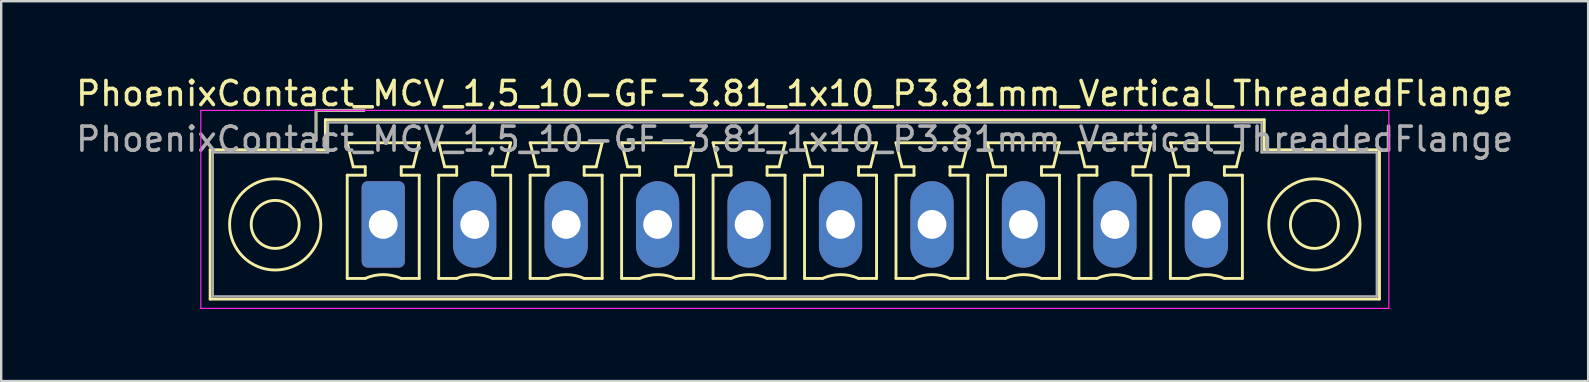
<source format=kicad_pcb>
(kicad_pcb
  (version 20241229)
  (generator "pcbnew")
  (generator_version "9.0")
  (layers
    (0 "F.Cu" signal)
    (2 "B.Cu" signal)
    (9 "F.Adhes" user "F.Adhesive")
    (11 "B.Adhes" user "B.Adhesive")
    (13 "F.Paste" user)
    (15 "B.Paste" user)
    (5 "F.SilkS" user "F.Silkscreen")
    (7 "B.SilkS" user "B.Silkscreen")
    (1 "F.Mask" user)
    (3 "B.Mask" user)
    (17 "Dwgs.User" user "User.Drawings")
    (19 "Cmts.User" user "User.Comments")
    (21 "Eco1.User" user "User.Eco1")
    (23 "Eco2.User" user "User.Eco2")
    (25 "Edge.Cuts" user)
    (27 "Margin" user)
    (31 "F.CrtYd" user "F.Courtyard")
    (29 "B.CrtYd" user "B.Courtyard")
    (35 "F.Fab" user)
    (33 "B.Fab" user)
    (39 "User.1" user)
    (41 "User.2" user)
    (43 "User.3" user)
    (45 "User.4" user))
  (footprint "PhoenixContact_MCV_1,5_10-GF-3.81_1x10_P3.81mm_Vertical_ThreadedFlange"
    (layer "F.Cu")
    (at 12.914 6.298)
    (property "Reference" "PhoenixContact_MCV_1,5_10-GF-3.81_1x10_P3.81mm_Vertical_ThreadedFlange" (at 17.14 -5.45 0) (layer "F.SilkS") (effects (font (size 1 1) (thickness 0.15))))
    (attr through_hole)
    (fp_line (start -7.21 -3.11) (end -7.21 3.11) (stroke (width 0.12) (type solid)) (layer "F.SilkS"))
    (fp_line (start -7.21 3.11) (end 41.5 3.11) (stroke (width 0.12) (type solid)) (layer "F.SilkS"))
    (fp_line (start -2.8 -4.75) (end -0.8 -4.75) (stroke (width 0.12) (type solid)) (layer "F.SilkS"))
    (fp_line (start -2.8 -3.5) (end -2.8 -4.75) (stroke (width 0.12) (type solid)) (layer "F.SilkS"))
    (fp_line (start -2.41 -4.36) (end -2.41 -3.11) (stroke (width 0.12) (type solid)) (layer "F.SilkS"))
    (fp_line (start -2.41 -3.11) (end -7.21 -3.11) (stroke (width 0.12) (type solid)) (layer "F.SilkS"))
    (fp_line (start -1.5 -3.4) (end 1.5 -3.4) (stroke (width 0.12) (type solid)) (layer "F.SilkS"))
    (fp_line (start -1.5 -2.05) (end -0.75 -2.05) (stroke (width 0.12) (type solid)) (layer "F.SilkS"))
    (fp_line (start -1.5 2.25) (end -1.5 -2.05) (stroke (width 0.12) (type solid)) (layer "F.SilkS"))
    (fp_line (start -1.25 -2.4) (end -1.5 -3.4) (stroke (width 0.12) (type solid)) (layer "F.SilkS"))
    (fp_line (start -0.75 -2.4) (end -1.25 -2.4) (stroke (width 0.12) (type solid)) (layer "F.SilkS"))
    (fp_line (start -0.75 -2.05) (end -0.75 -2.4) (stroke (width 0.12) (type solid)) (layer "F.SilkS"))
    (fp_line (start -0.75 2.25) (end -1.5 2.25) (stroke (width 0.12) (type solid)) (layer "F.SilkS"))
    (fp_line (start 0.75 -2.4) (end 0.75 -2.05) (stroke (width 0.12) (type solid)) (layer "F.SilkS"))
    (fp_line (start 0.75 -2.05) (end 1.5 -2.05) (stroke (width 0.12) (type solid)) (layer "F.SilkS"))
    (fp_line (start 1.25 -2.4) (end 0.75 -2.4) (stroke (width 0.12) (type solid)) (layer "F.SilkS"))
    (fp_line (start 1.5 -3.4) (end 1.25 -2.4) (stroke (width 0.12) (type solid)) (layer "F.SilkS"))
    (fp_line (start 1.5 -2.05) (end 1.5 2.25) (stroke (width 0.12) (type solid)) (layer "F.SilkS"))
    (fp_line (start 1.5 2.25) (end 0.75 2.25) (stroke (width 0.12) (type solid)) (layer "F.SilkS"))
    (fp_line (start 2.31 -3.4) (end 5.31 -3.4) (stroke (width 0.12) (type solid)) (layer "F.SilkS"))
    (fp_line (start 2.31 -2.05) (end 3.06 -2.05) (stroke (width 0.12) (type solid)) (layer "F.SilkS"))
    (fp_line (start 2.31 2.25) (end 2.31 -2.05) (stroke (width 0.12) (type solid)) (layer "F.SilkS"))
    (fp_line (start 2.56 -2.4) (end 2.31 -3.4) (stroke (width 0.12) (type solid)) (layer "F.SilkS"))
    (fp_line (start 3.06 -2.4) (end 2.56 -2.4) (stroke (width 0.12) (type solid)) (layer "F.SilkS"))
    (fp_line (start 3.06 -2.05) (end 3.06 -2.4) (stroke (width 0.12) (type solid)) (layer "F.SilkS"))
    (fp_line (start 3.06 2.25) (end 2.31 2.25) (stroke (width 0.12) (type solid)) (layer "F.SilkS"))
    (fp_line (start 4.56 -2.4) (end 4.56 -2.05) (stroke (width 0.12) (type solid)) (layer "F.SilkS"))
    (fp_line (start 4.56 -2.05) (end 5.31 -2.05) (stroke (width 0.12) (type solid)) (layer "F.SilkS"))
    (fp_line (start 5.06 -2.4) (end 4.56 -2.4) (stroke (width 0.12) (type solid)) (layer "F.SilkS"))
    (fp_line (start 5.31 -3.4) (end 5.06 -2.4) (stroke (width 0.12) (type solid)) (layer "F.SilkS"))
    (fp_line (start 5.31 -2.05) (end 5.31 2.25) (stroke (width 0.12) (type solid)) (layer "F.SilkS"))
    (fp_line (start 5.31 2.25) (end 4.56 2.25) (stroke (width 0.12) (type solid)) (layer "F.SilkS"))
    (fp_line (start 6.12 -3.4) (end 9.12 -3.4) (stroke (width 0.12) (type solid)) (layer "F.SilkS"))
    (fp_line (start 6.12 -2.05) (end 6.87 -2.05) (stroke (width 0.12) (type solid)) (layer "F.SilkS"))
    (fp_line (start 6.12 2.25) (end 6.12 -2.05) (stroke (width 0.12) (type solid)) (layer "F.SilkS"))
    (fp_line (start 6.37 -2.4) (end 6.12 -3.4) (stroke (width 0.12) (type solid)) (layer "F.SilkS"))
    (fp_line (start 6.87 -2.4) (end 6.37 -2.4) (stroke (width 0.12) (type solid)) (layer "F.SilkS"))
    (fp_line (start 6.87 -2.05) (end 6.87 -2.4) (stroke (width 0.12) (type solid)) (layer "F.SilkS"))
    (fp_line (start 6.87 2.25) (end 6.12 2.25) (stroke (width 0.12) (type solid)) (layer "F.SilkS"))
    (fp_line (start 8.37 -2.4) (end 8.37 -2.05) (stroke (width 0.12) (type solid)) (layer "F.SilkS"))
    (fp_line (start 8.37 -2.05) (end 9.12 -2.05) (stroke (width 0.12) (type solid)) (layer "F.SilkS"))
    (fp_line (start 8.87 -2.4) (end 8.37 -2.4) (stroke (width 0.12) (type solid)) (layer "F.SilkS"))
    (fp_line (start 9.12 -3.4) (end 8.87 -2.4) (stroke (width 0.12) (type solid)) (layer "F.SilkS"))
    (fp_line (start 9.12 -2.05) (end 9.12 2.25) (stroke (width 0.12) (type solid)) (layer "F.SilkS"))
    (fp_line (start 9.12 2.25) (end 8.37 2.25) (stroke (width 0.12) (type solid)) (layer "F.SilkS"))
    (fp_line (start 9.93 -3.4) (end 12.93 -3.4) (stroke (width 0.12) (type solid)) (layer "F.SilkS"))
    (fp_line (start 9.93 -2.05) (end 10.68 -2.05) (stroke (width 0.12) (type solid)) (layer "F.SilkS"))
    (fp_line (start 9.93 2.25) (end 9.93 -2.05) (stroke (width 0.12) (type solid)) (layer "F.SilkS"))
    (fp_line (start 10.18 -2.4) (end 9.93 -3.4) (stroke (width 0.12) (type solid)) (layer "F.SilkS"))
    (fp_line (start 10.68 -2.4) (end 10.18 -2.4) (stroke (width 0.12) (type solid)) (layer "F.SilkS"))
    (fp_line (start 10.68 -2.05) (end 10.68 -2.4) (stroke (width 0.12) (type solid)) (layer "F.SilkS"))
    (fp_line (start 10.68 2.25) (end 9.93 2.25) (stroke (width 0.12) (type solid)) (layer "F.SilkS"))
    (fp_line (start 12.18 -2.4) (end 12.18 -2.05) (stroke (width 0.12) (type solid)) (layer "F.SilkS"))
    (fp_line (start 12.18 -2.05) (end 12.93 -2.05) (stroke (width 0.12) (type solid)) (layer "F.SilkS"))
    (fp_line (start 12.68 -2.4) (end 12.18 -2.4) (stroke (width 0.12) (type solid)) (layer "F.SilkS"))
    (fp_line (start 12.93 -3.4) (end 12.68 -2.4) (stroke (width 0.12) (type solid)) (layer "F.SilkS"))
    (fp_line (start 12.93 -2.05) (end 12.93 2.25) (stroke (width 0.12) (type solid)) (layer "F.SilkS"))
    (fp_line (start 12.93 2.25) (end 12.18 2.25) (stroke (width 0.12) (type solid)) (layer "F.SilkS"))
    (fp_line (start 13.74 -3.4) (end 16.74 -3.4) (stroke (width 0.12) (type solid)) (layer "F.SilkS"))
    (fp_line (start 13.74 -2.05) (end 14.49 -2.05) (stroke (width 0.12) (type solid)) (layer "F.SilkS"))
    (fp_line (start 13.74 2.25) (end 13.74 -2.05) (stroke (width 0.12) (type solid)) (layer "F.SilkS"))
    (fp_line (start 13.99 -2.4) (end 13.74 -3.4) (stroke (width 0.12) (type solid)) (layer "F.SilkS"))
    (fp_line (start 14.49 -2.4) (end 13.99 -2.4) (stroke (width 0.12) (type solid)) (layer "F.SilkS"))
    (fp_line (start 14.49 -2.05) (end 14.49 -2.4) (stroke (width 0.12) (type solid)) (layer "F.SilkS"))
    (fp_line (start 14.49 2.25) (end 13.74 2.25) (stroke (width 0.12) (type solid)) (layer "F.SilkS"))
    (fp_line (start 15.99 -2.4) (end 15.99 -2.05) (stroke (width 0.12) (type solid)) (layer "F.SilkS"))
    (fp_line (start 15.99 -2.05) (end 16.74 -2.05) (stroke (width 0.12) (type solid)) (layer "F.SilkS"))
    (fp_line (start 16.49 -2.4) (end 15.99 -2.4) (stroke (width 0.12) (type solid)) (layer "F.SilkS"))
    (fp_line (start 16.74 -3.4) (end 16.49 -2.4) (stroke (width 0.12) (type solid)) (layer "F.SilkS"))
    (fp_line (start 16.74 -2.05) (end 16.74 2.25) (stroke (width 0.12) (type solid)) (layer "F.SilkS"))
    (fp_line (start 16.74 2.25) (end 15.99 2.25) (stroke (width 0.12) (type solid)) (layer "F.SilkS"))
    (fp_line (start 17.55 -3.4) (end 20.55 -3.4) (stroke (width 0.12) (type solid)) (layer "F.SilkS"))
    (fp_line (start 17.55 -2.05) (end 18.3 -2.05) (stroke (width 0.12) (type solid)) (layer "F.SilkS"))
    (fp_line (start 17.55 2.25) (end 17.55 -2.05) (stroke (width 0.12) (type solid)) (layer "F.SilkS"))
    (fp_line (start 17.8 -2.4) (end 17.55 -3.4) (stroke (width 0.12) (type solid)) (layer "F.SilkS"))
    (fp_line (start 18.3 -2.4) (end 17.8 -2.4) (stroke (width 0.12) (type solid)) (layer "F.SilkS"))
    (fp_line (start 18.3 -2.05) (end 18.3 -2.4) (stroke (width 0.12) (type solid)) (layer "F.SilkS"))
    (fp_line (start 18.3 2.25) (end 17.55 2.25) (stroke (width 0.12) (type solid)) (layer "F.SilkS"))
    (fp_line (start 19.8 -2.4) (end 19.8 -2.05) (stroke (width 0.12) (type solid)) (layer "F.SilkS"))
    (fp_line (start 19.8 -2.05) (end 20.55 -2.05) (stroke (width 0.12) (type solid)) (layer "F.SilkS"))
    (fp_line (start 20.3 -2.4) (end 19.8 -2.4) (stroke (width 0.12) (type solid)) (layer "F.SilkS"))
    (fp_line (start 20.55 -3.4) (end 20.3 -2.4) (stroke (width 0.12) (type solid)) (layer "F.SilkS"))
    (fp_line (start 20.55 -2.05) (end 20.55 2.25) (stroke (width 0.12) (type solid)) (layer "F.SilkS"))
    (fp_line (start 20.55 2.25) (end 19.8 2.25) (stroke (width 0.12) (type solid)) (layer "F.SilkS"))
    (fp_line (start 21.36 -3.4) (end 24.36 -3.4) (stroke (width 0.12) (type solid)) (layer "F.SilkS"))
    (fp_line (start 21.36 -2.05) (end 22.11 -2.05) (stroke (width 0.12) (type solid)) (layer "F.SilkS"))
    (fp_line (start 21.36 2.25) (end 21.36 -2.05) (stroke (width 0.12) (type solid)) (layer "F.SilkS"))
    (fp_line (start 21.61 -2.4) (end 21.36 -3.4) (stroke (width 0.12) (type solid)) (layer "F.SilkS"))
    (fp_line (start 22.11 -2.4) (end 21.61 -2.4) (stroke (width 0.12) (type solid)) (layer "F.SilkS"))
    (fp_line (start 22.11 -2.05) (end 22.11 -2.4) (stroke (width 0.12) (type solid)) (layer "F.SilkS"))
    (fp_line (start 22.11 2.25) (end 21.36 2.25) (stroke (width 0.12) (type solid)) (layer "F.SilkS"))
    (fp_line (start 23.61 -2.4) (end 23.61 -2.05) (stroke (width 0.12) (type solid)) (layer "F.SilkS"))
    (fp_line (start 23.61 -2.05) (end 24.36 -2.05) (stroke (width 0.12) (type solid)) (layer "F.SilkS"))
    (fp_line (start 24.11 -2.4) (end 23.61 -2.4) (stroke (width 0.12) (type solid)) (layer "F.SilkS"))
    (fp_line (start 24.36 -3.4) (end 24.11 -2.4) (stroke (width 0.12) (type solid)) (layer "F.SilkS"))
    (fp_line (start 24.36 -2.05) (end 24.36 2.25) (stroke (width 0.12) (type solid)) (layer "F.SilkS"))
    (fp_line (start 24.36 2.25) (end 23.61 2.25) (stroke (width 0.12) (type solid)) (layer "F.SilkS"))
    (fp_line (start 25.17 -3.4) (end 28.17 -3.4) (stroke (width 0.12) (type solid)) (layer "F.SilkS"))
    (fp_line (start 25.17 -2.05) (end 25.92 -2.05) (stroke (width 0.12) (type solid)) (layer "F.SilkS"))
    (fp_line (start 25.17 2.25) (end 25.17 -2.05) (stroke (width 0.12) (type solid)) (layer "F.SilkS"))
    (fp_line (start 25.42 -2.4) (end 25.17 -3.4) (stroke (width 0.12) (type solid)) (layer "F.SilkS"))
    (fp_line (start 25.92 -2.4) (end 25.42 -2.4) (stroke (width 0.12) (type solid)) (layer "F.SilkS"))
    (fp_line (start 25.92 -2.05) (end 25.92 -2.4) (stroke (width 0.12) (type solid)) (layer "F.SilkS"))
    (fp_line (start 25.92 2.25) (end 25.17 2.25) (stroke (width 0.12) (type solid)) (layer "F.SilkS"))
    (fp_line (start 27.42 -2.4) (end 27.42 -2.05) (stroke (width 0.12) (type solid)) (layer "F.SilkS"))
    (fp_line (start 27.42 -2.05) (end 28.17 -2.05) (stroke (width 0.12) (type solid)) (layer "F.SilkS"))
    (fp_line (start 27.92 -2.4) (end 27.42 -2.4) (stroke (width 0.12) (type solid)) (layer "F.SilkS"))
    (fp_line (start 28.17 -3.4) (end 27.92 -2.4) (stroke (width 0.12) (type solid)) (layer "F.SilkS"))
    (fp_line (start 28.17 -2.05) (end 28.17 2.25) (stroke (width 0.12) (type solid)) (layer "F.SilkS"))
    (fp_line (start 28.17 2.25) (end 27.42 2.25) (stroke (width 0.12) (type solid)) (layer "F.SilkS"))
    (fp_line (start 28.98 -3.4) (end 31.98 -3.4) (stroke (width 0.12) (type solid)) (layer "F.SilkS"))
    (fp_line (start 28.98 -2.05) (end 29.73 -2.05) (stroke (width 0.12) (type solid)) (layer "F.SilkS"))
    (fp_line (start 28.98 2.25) (end 28.98 -2.05) (stroke (width 0.12) (type solid)) (layer "F.SilkS"))
    (fp_line (start 29.23 -2.4) (end 28.98 -3.4) (stroke (width 0.12) (type solid)) (layer "F.SilkS"))
    (fp_line (start 29.73 -2.4) (end 29.23 -2.4) (stroke (width 0.12) (type solid)) (layer "F.SilkS"))
    (fp_line (start 29.73 -2.05) (end 29.73 -2.4) (stroke (width 0.12) (type solid)) (layer "F.SilkS"))
    (fp_line (start 29.73 2.25) (end 28.98 2.25) (stroke (width 0.12) (type solid)) (layer "F.SilkS"))
    (fp_line (start 31.23 -2.4) (end 31.23 -2.05) (stroke (width 0.12) (type solid)) (layer "F.SilkS"))
    (fp_line (start 31.23 -2.05) (end 31.98 -2.05) (stroke (width 0.12) (type solid)) (layer "F.SilkS"))
    (fp_line (start 31.73 -2.4) (end 31.23 -2.4) (stroke (width 0.12) (type solid)) (layer "F.SilkS"))
    (fp_line (start 31.98 -3.4) (end 31.73 -2.4) (stroke (width 0.12) (type solid)) (layer "F.SilkS"))
    (fp_line (start 31.98 -2.05) (end 31.98 2.25) (stroke (width 0.12) (type solid)) (layer "F.SilkS"))
    (fp_line (start 31.98 2.25) (end 31.23 2.25) (stroke (width 0.12) (type solid)) (layer "F.SilkS"))
    (fp_line (start 32.79 -3.4) (end 35.79 -3.4) (stroke (width 0.12) (type solid)) (layer "F.SilkS"))
    (fp_line (start 32.79 -2.05) (end 33.54 -2.05) (stroke (width 0.12) (type solid)) (layer "F.SilkS"))
    (fp_line (start 32.79 2.25) (end 32.79 -2.05) (stroke (width 0.12) (type solid)) (layer "F.SilkS"))
    (fp_line (start 33.04 -2.4) (end 32.79 -3.4) (stroke (width 0.12) (type solid)) (layer "F.SilkS"))
    (fp_line (start 33.54 -2.4) (end 33.04 -2.4) (stroke (width 0.12) (type solid)) (layer "F.SilkS"))
    (fp_line (start 33.54 -2.05) (end 33.54 -2.4) (stroke (width 0.12) (type solid)) (layer "F.SilkS"))
    (fp_line (start 33.54 2.25) (end 32.79 2.25) (stroke (width 0.12) (type solid)) (layer "F.SilkS"))
    (fp_line (start 35.04 -2.4) (end 35.04 -2.05) (stroke (width 0.12) (type solid)) (layer "F.SilkS"))
    (fp_line (start 35.04 -2.05) (end 35.79 -2.05) (stroke (width 0.12) (type solid)) (layer "F.SilkS"))
    (fp_line (start 35.54 -2.4) (end 35.04 -2.4) (stroke (width 0.12) (type solid)) (layer "F.SilkS"))
    (fp_line (start 35.79 -3.4) (end 35.54 -2.4) (stroke (width 0.12) (type solid)) (layer "F.SilkS"))
    (fp_line (start 35.79 -2.05) (end 35.79 2.25) (stroke (width 0.12) (type solid)) (layer "F.SilkS"))
    (fp_line (start 35.79 2.25) (end 35.04 2.25) (stroke (width 0.12) (type solid)) (layer "F.SilkS"))
    (fp_line (start 36.7 -4.36) (end -2.41 -4.36) (stroke (width 0.12) (type solid)) (layer "F.SilkS"))
    (fp_line (start 36.7 -3.11) (end 36.7 -4.36) (stroke (width 0.12) (type solid)) (layer "F.SilkS"))
    (fp_line (start 41.5 -3.11) (end 36.7 -3.11) (stroke (width 0.12) (type solid)) (layer "F.SilkS"))
    (fp_line (start 41.5 3.11) (end 41.5 -3.11) (stroke (width 0.12) (type solid)) (layer "F.SilkS"))
    (fp_arc (start -0.75 2.25) (mid -0.000193 2.09191) (end 0.749647 2.249844) (stroke (width 0.12) (type solid)) (layer "F.SilkS"))
    (fp_arc (start 3.06 2.25) (mid 3.809807 2.09191) (end 4.559647 2.249844) (stroke (width 0.12) (type solid)) (layer "F.SilkS"))
    (fp_arc (start 6.87 2.25) (mid 7.619807 2.09191) (end 8.369647 2.249844) (stroke (width 0.12) (type solid)) (layer "F.SilkS"))
    (fp_arc (start 10.68 2.25) (mid 11.429807 2.09191) (end 12.179647 2.249844) (stroke (width 0.12) (type solid)) (layer "F.SilkS"))
    (fp_arc (start 14.49 2.25) (mid 15.239807 2.09191) (end 15.989647 2.249844) (stroke (width 0.12) (type solid)) (layer "F.SilkS"))
    (fp_arc (start 18.3 2.25) (mid 19.049807 2.09191) (end 19.799647 2.249844) (stroke (width 0.12) (type solid)) (layer "F.SilkS"))
    (fp_arc (start 22.11 2.25) (mid 22.859807 2.09191) (end 23.609647 2.249844) (stroke (width 0.12) (type solid)) (layer "F.SilkS"))
    (fp_arc (start 25.92 2.25) (mid 26.669807 2.09191) (end 27.419647 2.249844) (stroke (width 0.12) (type solid)) (layer "F.SilkS"))
    (fp_arc (start 29.73 2.25) (mid 30.479807 2.09191) (end 31.229647 2.249844) (stroke (width 0.12) (type solid)) (layer "F.SilkS"))
    (fp_arc (start 33.54 2.25) (mid 34.289807 2.09191) (end 35.039647 2.249844) (stroke (width 0.12) (type solid)) (layer "F.SilkS"))
    (fp_circle (center -4.5 0) (end -3.5 0) (stroke (width 0.12) (type solid)) (fill no) (layer "F.SilkS"))
    (fp_circle (center -4.5 0) (end -2.6 0) (stroke (width 0.12) (type solid)) (fill no) (layer "F.SilkS"))
    (fp_circle (center 38.79 0) (end 39.79 0) (stroke (width 0.12) (type solid)) (fill no) (layer "F.SilkS"))
    (fp_circle (center 38.79 0) (end 40.69 0) (stroke (width 0.12) (type solid)) (fill no) (layer "F.SilkS"))
    (fp_line (start -7.6 -4.75) (end -7.6 3.5) (stroke (width 0.05) (type solid)) (layer "F.CrtYd"))
    (fp_line (start -7.6 3.5) (end 41.89 3.5) (stroke (width 0.05) (type solid)) (layer "F.CrtYd"))
    (fp_line (start 41.89 -4.75) (end -7.6 -4.75) (stroke (width 0.05) (type solid)) (layer "F.CrtYd"))
    (fp_line (start 41.89 3.5) (end 41.89 -4.75) (stroke (width 0.05) (type solid)) (layer "F.CrtYd"))
    (fp_line (start -7.1 -3) (end -7.1 3) (stroke (width 0.1) (type solid)) (layer "F.Fab"))
    (fp_line (start -7.1 3) (end 41.39 3) (stroke (width 0.1) (type solid)) (layer "F.Fab"))
    (fp_line (start -2.8 -4.75) (end -0.8 -4.75) (stroke (width 0.1) (type solid)) (layer "F.Fab"))
    (fp_line (start -2.8 -3.5) (end -2.8 -4.75) (stroke (width 0.1) (type solid)) (layer "F.Fab"))
    (fp_line (start -2.3 -4.25) (end -2.3 -3) (stroke (width 0.1) (type solid)) (layer "F.Fab"))
    (fp_line (start -2.3 -3) (end -7.1 -3) (stroke (width 0.1) (type solid)) (layer "F.Fab"))
    (fp_line (start 36.59 -4.25) (end -2.3 -4.25) (stroke (width 0.1) (type solid)) (layer "F.Fab"))
    (fp_line (start 36.59 -3) (end 36.59 -4.25) (stroke (width 0.1) (type solid)) (layer "F.Fab"))
    (fp_line (start 41.39 -3) (end 36.59 -3) (stroke (width 0.1) (type solid)) (layer "F.Fab"))
    (fp_line (start 41.39 3) (end 41.39 -3) (stroke (width 0.1) (type solid)) (layer "F.Fab"))
    (fp_text user "${REFERENCE}" (at 17.14 -3.55 0) (layer "F.Fab") (effects (font (size 1 1) (thickness 0.15))))
    (pad "1" thru_hole roundrect (at 0 0) (size 1.8 3.6) (drill 1.2) (layers "*.Cu" "*.Mask") (roundrect_rratio 0.139))
    (pad "2" thru_hole oval (at 3.81 0) (size 1.8 3.6) (drill 1.2) (layers "*.Cu" "*.Mask"))
    (pad "3" thru_hole oval (at 7.62 0) (size 1.8 3.6) (drill 1.2) (layers "*.Cu" "*.Mask"))
    (pad "4" thru_hole oval (at 11.43 0) (size 1.8 3.6) (drill 1.2) (layers "*.Cu" "*.Mask"))
    (pad "5" thru_hole oval (at 15.24 0) (size 1.8 3.6) (drill 1.2) (layers "*.Cu" "*.Mask"))
    (pad "6" thru_hole oval (at 19.05 0) (size 1.8 3.6) (drill 1.2) (layers "*.Cu" "*.Mask"))
    (pad "7" thru_hole oval (at 22.86 0) (size 1.8 3.6) (drill 1.2) (layers "*.Cu" "*.Mask"))
    (pad "8" thru_hole oval (at 26.67 0) (size 1.8 3.6) (drill 1.2) (layers "*.Cu" "*.Mask"))
    (pad "9" thru_hole oval (at 30.48 0) (size 1.8 3.6) (drill 1.2) (layers "*.Cu" "*.Mask"))
    (pad "10" thru_hole oval (at 34.29 0) (size 1.8 3.6) (drill 1.2) (layers "*.Cu" "*.Mask")))
  (gr_rect
    (start -3 -3)
    (end 63.107 12.823)
    (stroke (width 0.1) (type default))
    (fill no)
    (layer "Edge.Cuts")))
</source>
